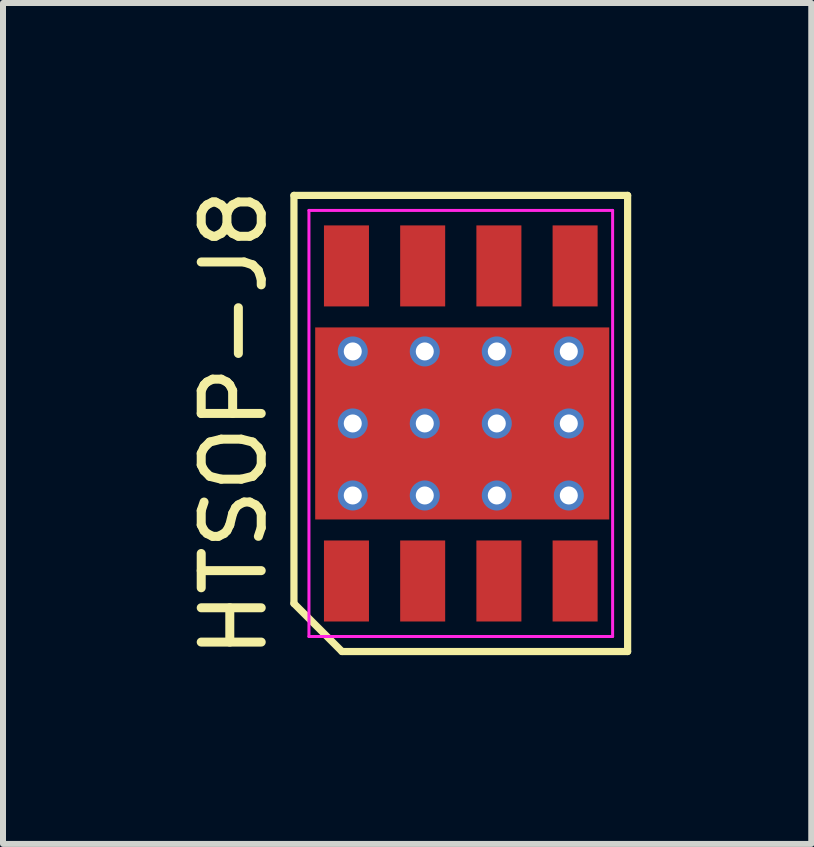
<source format=kicad_pcb>
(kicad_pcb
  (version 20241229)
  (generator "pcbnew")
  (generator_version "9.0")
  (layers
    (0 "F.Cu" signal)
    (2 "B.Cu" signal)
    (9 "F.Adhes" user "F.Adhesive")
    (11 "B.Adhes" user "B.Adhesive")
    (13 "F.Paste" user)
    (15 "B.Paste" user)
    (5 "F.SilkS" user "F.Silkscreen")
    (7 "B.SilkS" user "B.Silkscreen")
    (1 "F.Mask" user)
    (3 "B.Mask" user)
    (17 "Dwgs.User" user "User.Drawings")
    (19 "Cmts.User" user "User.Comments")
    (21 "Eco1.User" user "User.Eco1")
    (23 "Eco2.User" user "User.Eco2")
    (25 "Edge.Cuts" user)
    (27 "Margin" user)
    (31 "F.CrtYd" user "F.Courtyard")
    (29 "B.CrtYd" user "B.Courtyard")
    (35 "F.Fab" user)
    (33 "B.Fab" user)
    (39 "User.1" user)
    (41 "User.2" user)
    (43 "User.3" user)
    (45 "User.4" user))
  (footprint "HTSOP-J8"
    (layer "F.Cu")
    (at 4.628 4.006)
    (property "Reference" "HTSOP-J8" (at -3.78 0 90) (layer "F.SilkS") (effects (font (size 1 1) (thickness 0.15))))
    (attr smd)
    (fp_line (start -2.78 -3.8) (end 2.78 -3.8) (stroke (width 0.12) (type default)) (layer "F.SilkS"))
    (fp_line (start -2.78 3) (end -2.78 -3.8) (stroke (width 0.12) (type default)) (layer "F.SilkS"))
    (fp_line (start -1.98 3.8) (end -2.78 3) (stroke (width 0.12) (type default)) (layer "F.SilkS"))
    (fp_line (start 2.78 -3.8) (end 2.78 3.8) (stroke (width 0.12) (type default)) (layer "F.SilkS"))
    (fp_line (start 2.78 3.8) (end -1.98 3.8) (stroke (width 0.12) (type default)) (layer "F.SilkS"))
    (fp_line (start -2.53 -3.55) (end 2.53 -3.55) (stroke (width 0.05) (type default)) (layer "F.CrtYd"))
    (fp_line (start -2.53 3.55) (end -2.53 -3.55) (stroke (width 0.05) (type default)) (layer "F.CrtYd"))
    (fp_line (start 2.53 -3.55) (end 2.53 3.55) (stroke (width 0.05) (type default)) (layer "F.CrtYd"))
    (fp_line (start 2.53 3.55) (end -2.53 3.55) (stroke (width 0.05) (type default)) (layer "F.CrtYd"))
    (pad "1" smd rect (at -1.905 2.625) (size 0.75 1.35) (layers "F.Cu" "F.Mask" "F.Paste"))
    (pad "2" smd rect (at -0.635 2.625) (size 0.75 1.35) (layers "F.Cu" "F.Mask" "F.Paste"))
    (pad "3" smd rect (at 0.635 2.625) (size 0.75 1.35) (layers "F.Cu" "F.Mask" "F.Paste"))
    (pad "4" smd rect (at 1.905 2.625) (size 0.75 1.35) (layers "F.Cu" "F.Mask" "F.Paste"))
    (pad "5" smd rect (at 1.905 -2.625) (size 0.75 1.35) (layers "F.Cu" "F.Mask" "F.Paste"))
    (pad "6" smd rect (at 0.635 -2.625) (size 0.75 1.35) (layers "F.Cu" "F.Mask" "F.Paste"))
    (pad "7" smd rect (at -0.635 -2.625) (size 0.75 1.35) (layers "F.Cu" "F.Mask" "F.Paste"))
    (pad "8" smd rect (at -1.905 -2.625) (size 0.75 1.35) (layers "F.Cu" "F.Mask" "F.Paste"))
    (pad "9" thru_hole circle (at -1.8 -1.2) (size 0.5 0.5) (drill 0.3) (property pad_prop_heatsink) (layers "*.Cu" "*.Mask"))
    (pad "9" thru_hole circle (at -1.8 0) (size 0.5 0.5) (drill 0.3) (property pad_prop_heatsink) (layers "*.Cu" "*.Mask"))
    (pad "9" thru_hole circle (at -1.8 1.2) (size 0.5 0.5) (drill 0.3) (property pad_prop_heatsink) (layers "*.Cu" "*.Mask"))
    (pad "9" thru_hole circle (at -0.6 -1.2) (size 0.5 0.5) (drill 0.3) (property pad_prop_heatsink) (layers "*.Cu" "*.Mask"))
    (pad "9" thru_hole circle (at -0.6 0) (size 0.5 0.5) (drill 0.3) (property pad_prop_heatsink) (layers "*.Cu" "*.Mask"))
    (pad "9" thru_hole circle (at -0.6 1.2) (size 0.5 0.5) (drill 0.3) (property pad_prop_heatsink) (layers "*.Cu" "*.Mask"))
    (pad "9" smd rect (at 0.024 0) (size 4.9 3.2) (property pad_prop_heatsink) (layers "F.Cu" "F.Mask" "F.Paste"))
    (pad "9" thru_hole circle (at 0.6 -1.2) (size 0.5 0.5) (drill 0.3) (property pad_prop_heatsink) (layers "*.Cu" "*.Mask"))
    (pad "9" thru_hole circle (at 0.6 0) (size 0.5 0.5) (drill 0.3) (property pad_prop_heatsink) (layers "*.Cu" "*.Mask"))
    (pad "9" thru_hole circle (at 0.6 1.2) (size 0.5 0.5) (drill 0.3) (property pad_prop_heatsink) (layers "*.Cu" "*.Mask"))
    (pad "9" thru_hole circle (at 1.8 -1.2) (size 0.5 0.5) (drill 0.3) (property pad_prop_heatsink) (layers "*.Cu" "*.Mask"))
    (pad "9" thru_hole circle (at 1.8 0) (size 0.5 0.5) (drill 0.3) (property pad_prop_heatsink) (layers "*.Cu" "*.Mask"))
    (pad "9" thru_hole circle (at 1.8 1.2) (size 0.5 0.5) (drill 0.3) (property pad_prop_heatsink) (layers "*.Cu" "*.Mask")))
  (gr_rect
    (start -3 -3)
    (end 10.468 11.012)
    (stroke (width 0.1) (type default))
    (fill no)
    (layer "Edge.Cuts")))
</source>
